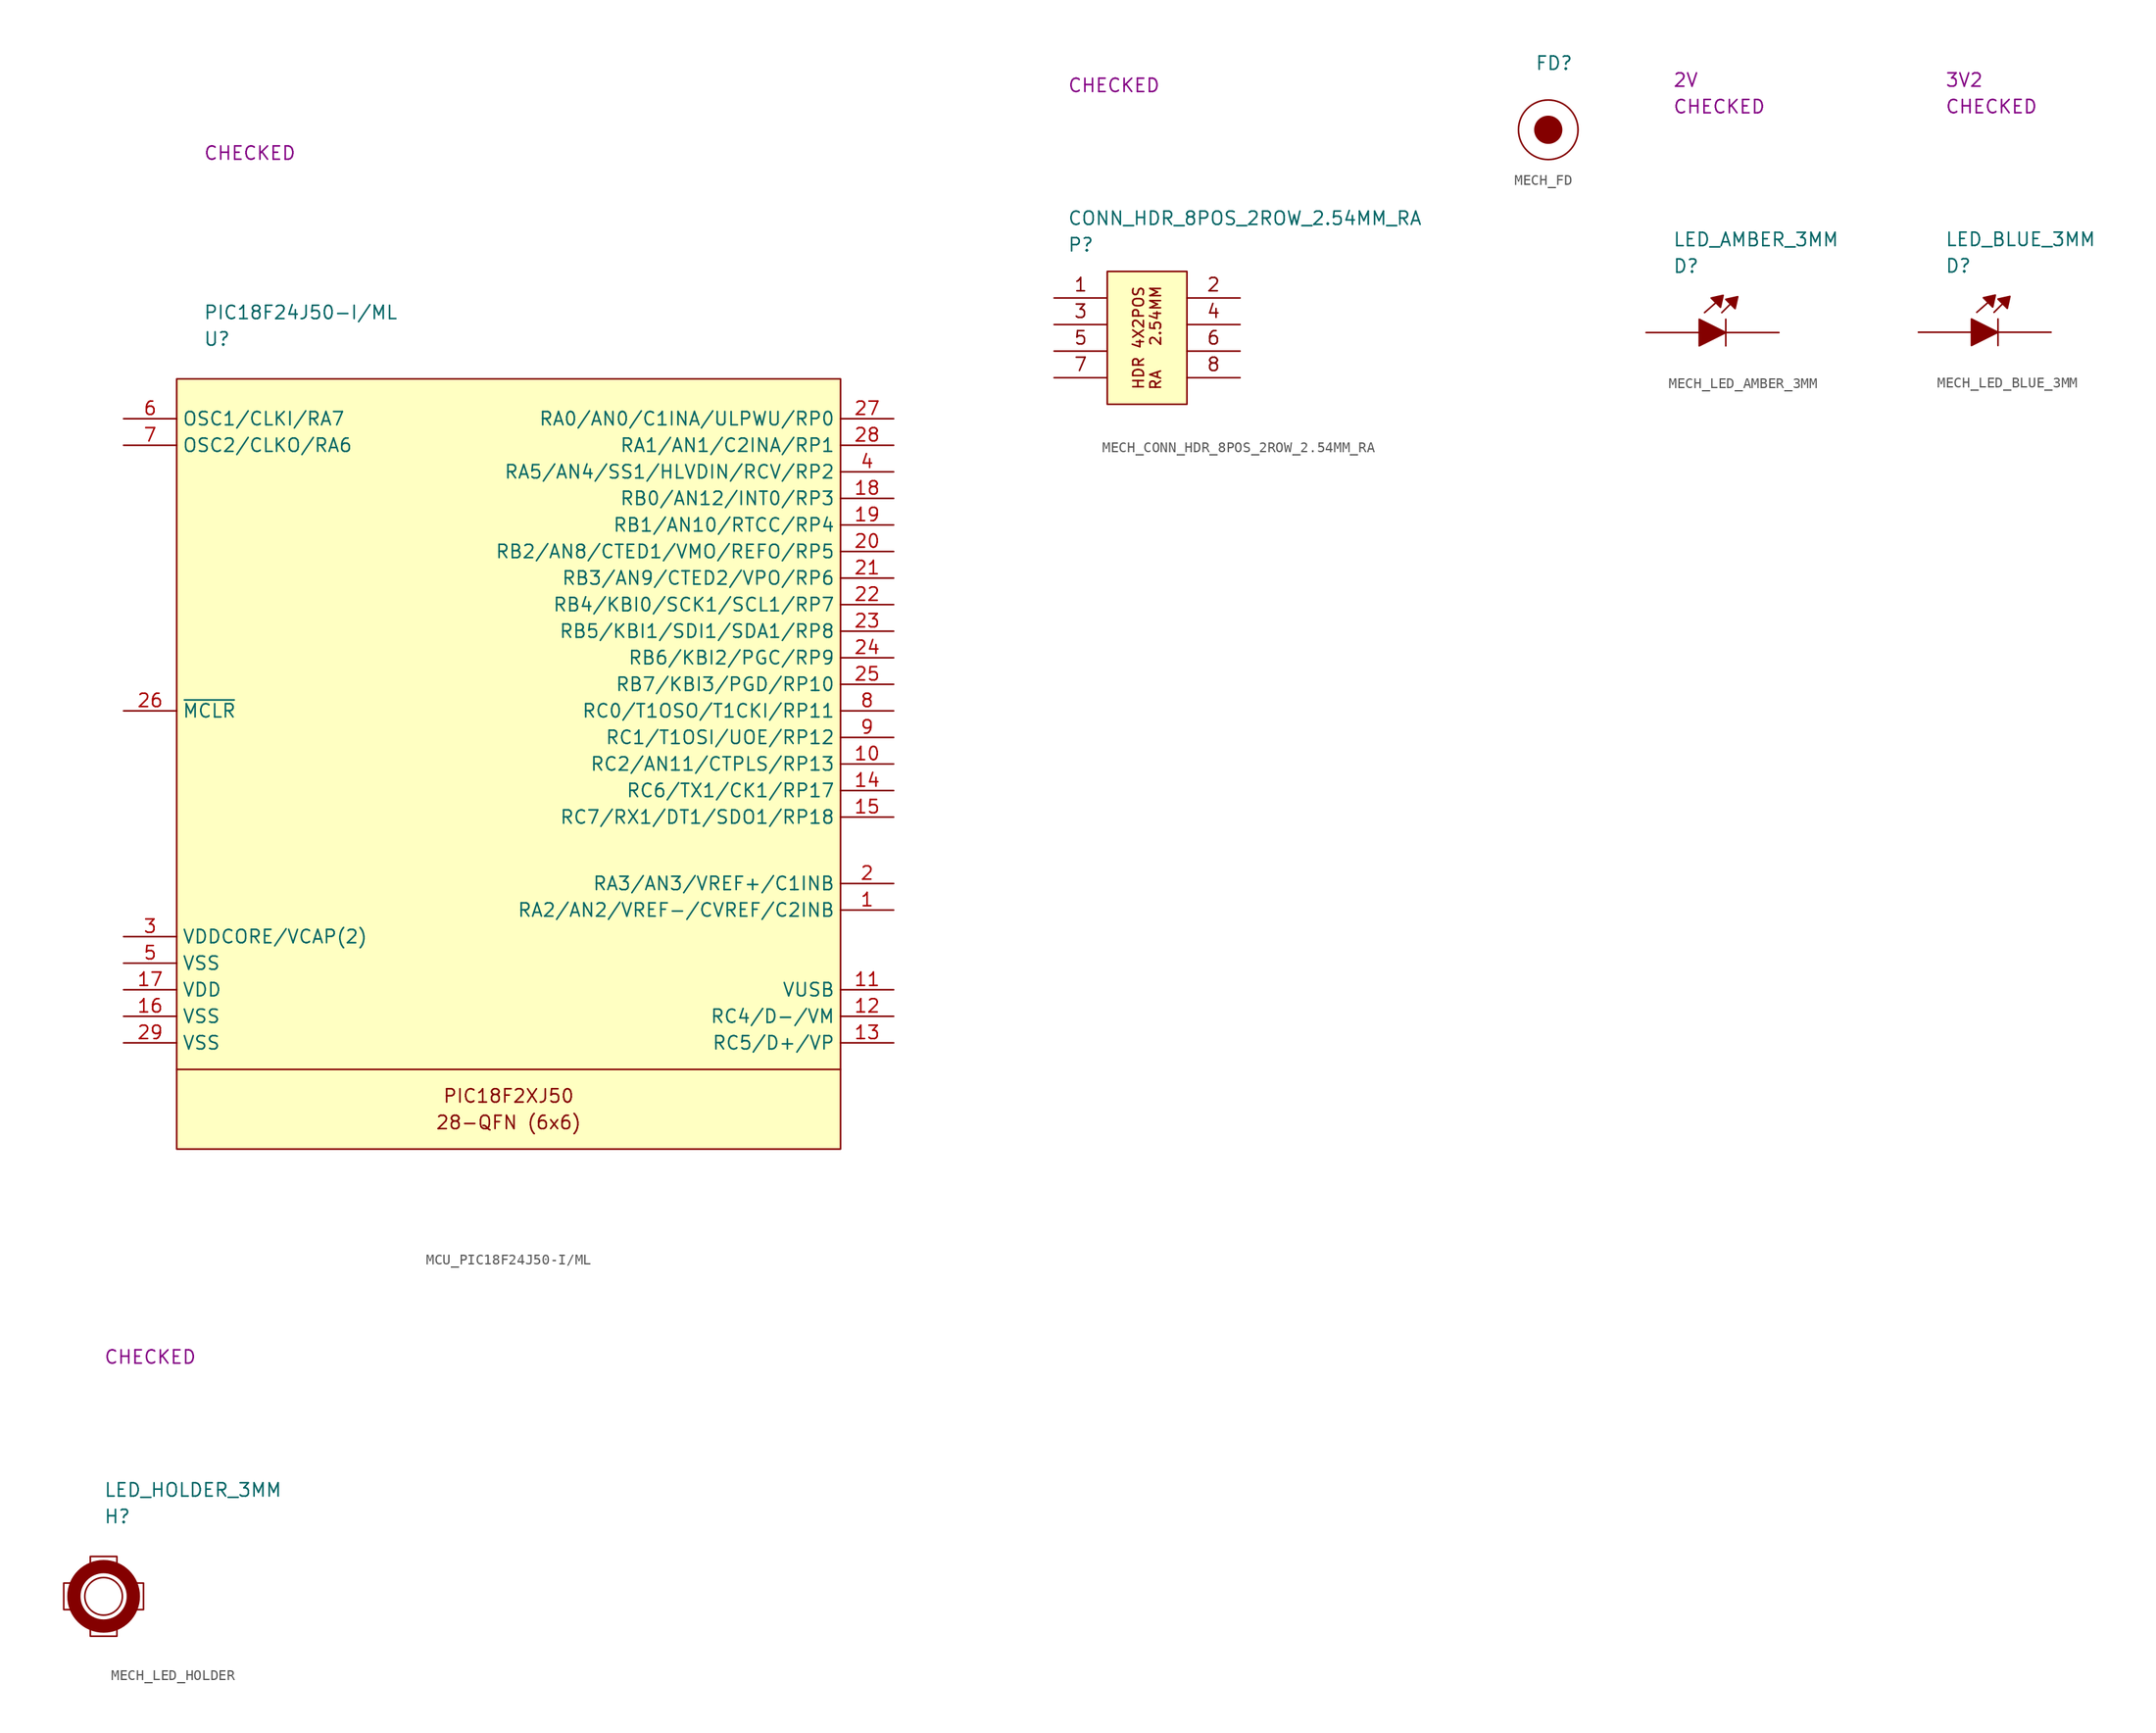
<source format=kicad_sym>
(kicad_symbol_lib
  (version 20220914)
  (generator kicad_symbol_editor)
  (symbol "MCU_PIC18F24J50-I/ML"
    (property "Reference" "U"
      (at 2.54 3.81 0)
      (effects (font (size 1.27 1.27)) (justify left)))
    (property "Value" "PIC18F24J50-I/ML"
      (at 2.54 6.35 0)
      (effects (font (size 1.27 1.27)) (justify left)))
    (property "SCH CHECK" "CHECKED"
      (at 2.54 21.59 0)
      (effects (font (size 1.27 1.27)) (justify left)))
    (symbol "MCU_PIC18F24J50-I/ML_0_0"
      (text "28-QFN (6x6)" (at 31.75 -71.12 0) (effects (font (size 1.27 1.27))))
      (text "PIC18F2XJ50" (at 31.75 -68.58 0) (effects (font (size 1.27 1.27)))))
    (symbol "MCU_PIC18F24J50-I/ML_0_1"
      (polyline (pts (xy 0 -66.04) (xy 63.5 -66.04)) (stroke (width 0) (type default)) (fill (type none)))
      (rectangle (start 0 0) (end 63.5 -73.66) (stroke (width 0) (type default)) (fill (type background))))
    (symbol "MCU_PIC18F24J50-I/ML_1_1"
      (pin passive line (at 68.58 -50.8 180) (length 5.08) (name "RA2/AN2/VREF-/CVREF/C2INB" (effects (font (size 1.27 1.27)))) (number "1" (effects (font (size 1.27 1.27)))))
      (pin passive line (at 68.58 -36.83 180) (length 5.08) (name "RC2/AN11/CTPLS/RP13" (effects (font (size 1.27 1.27)))) (number "10" (effects (font (size 1.27 1.27)))))
      (pin passive line (at 68.58 -58.42 180) (length 5.08) (name "VUSB" (effects (font (size 1.27 1.27)))) (number "11" (effects (font (size 1.27 1.27)))))
      (pin passive line (at 68.58 -60.96 180) (length 5.08) (name "RC4/D-/VM" (effects (font (size 1.27 1.27)))) (number "12" (effects (font (size 1.27 1.27)))))
      (pin passive line (at 68.58 -63.5 180) (length 5.08) (name "RC5/D+/VP" (effects (font (size 1.27 1.27)))) (number "13" (effects (font (size 1.27 1.27)))))
      (pin passive line (at 68.58 -39.37 180) (length 5.08) (name "RC6/TX1/CK1/RP17" (effects (font (size 1.27 1.27)))) (number "14" (effects (font (size 1.27 1.27)))))
      (pin passive line (at 68.58 -41.91 180) (length 5.08) (name "RC7/RX1/DT1/SDO1/RP18" (effects (font (size 1.27 1.27)))) (number "15" (effects (font (size 1.27 1.27)))))
      (pin passive line (at -5.08 -60.96 0) (length 5.08) (name "VSS" (effects (font (size 1.27 1.27)))) (number "16" (effects (font (size 1.27 1.27)))))
      (pin passive line (at -5.08 -58.42 0) (length 5.08) (name "VDD" (effects (font (size 1.27 1.27)))) (number "17" (effects (font (size 1.27 1.27)))))
      (pin passive line (at 68.58 -11.43 180) (length 5.08) (name "RB0/AN12/INT0/RP3" (effects (font (size 1.27 1.27)))) (number "18" (effects (font (size 1.27 1.27)))))
      (pin passive line (at 68.58 -13.97 180) (length 5.08) (name "RB1/AN10/RTCC/RP4" (effects (font (size 1.27 1.27)))) (number "19" (effects (font (size 1.27 1.27)))))
      (pin passive line (at 68.58 -48.26 180) (length 5.08) (name "RA3/AN3/VREF+/C1INB" (effects (font (size 1.27 1.27)))) (number "2" (effects (font (size 1.27 1.27)))))
      (pin passive line (at 68.58 -16.51 180) (length 5.08) (name "RB2/AN8/CTED1/VMO/REFO/RP5" (effects (font (size 1.27 1.27)))) (number "20" (effects (font (size 1.27 1.27)))))
      (pin passive line (at 68.58 -19.05 180) (length 5.08) (name "RB3/AN9/CTED2/VPO/RP6" (effects (font (size 1.27 1.27)))) (number "21" (effects (font (size 1.27 1.27)))))
      (pin passive line (at 68.58 -21.59 180) (length 5.08) (name "RB4/KBI0/SCK1/SCL1/RP7" (effects (font (size 1.27 1.27)))) (number "22" (effects (font (size 1.27 1.27)))))
      (pin passive line (at 68.58 -24.13 180) (length 5.08) (name "RB5/KBI1/SDI1/SDA1/RP8" (effects (font (size 1.27 1.27)))) (number "23" (effects (font (size 1.27 1.27)))))
      (pin passive line (at 68.58 -26.67 180) (length 5.08) (name "RB6/KBI2/PGC/RP9" (effects (font (size 1.27 1.27)))) (number "24" (effects (font (size 1.27 1.27)))))
      (pin passive line (at 68.58 -29.21 180) (length 5.08) (name "RB7/KBI3/PGD/RP10" (effects (font (size 1.27 1.27)))) (number "25" (effects (font (size 1.27 1.27)))))
      (pin passive line (at -5.08 -31.75 0) (length 5.08) (name "~{MCLR}" (effects (font (size 1.27 1.27)))) (number "26" (effects (font (size 1.27 1.27)))))
      (pin passive line (at 68.58 -3.81 180) (length 5.08) (name "RA0/AN0/C1INA/ULPWU/RP0" (effects (font (size 1.27 1.27)))) (number "27" (effects (font (size 1.27 1.27)))))
      (pin passive line (at 68.58 -6.35 180) (length 5.08) (name "RA1/AN1/C2INA/RP1" (effects (font (size 1.27 1.27)))) (number "28" (effects (font (size 1.27 1.27)))))
      (pin passive line (at -5.08 -63.5 0) (length 5.08) (name "VSS" (effects (font (size 1.27 1.27)))) (number "29" (effects (font (size 1.27 1.27)))))
      (pin passive line (at -5.08 -53.34 0) (length 5.08) (name "VDDCORE/VCAP(2)" (effects (font (size 1.27 1.27)))) (number "3" (effects (font (size 1.27 1.27)))))
      (pin passive line (at 68.58 -8.89 180) (length 5.08) (name "RA5/AN4/SS1/HLVDIN/RCV/RP2" (effects (font (size 1.27 1.27)))) (number "4" (effects (font (size 1.27 1.27)))))
      (pin passive line (at -5.08 -55.88 0) (length 5.08) (name "VSS" (effects (font (size 1.27 1.27)))) (number "5" (effects (font (size 1.27 1.27)))))
      (pin passive line (at -5.08 -3.81 0) (length 5.08) (name "OSC1/CLKI/RA7" (effects (font (size 1.27 1.27)))) (number "6" (effects (font (size 1.27 1.27)))))
      (pin passive line (at -5.08 -6.35 0) (length 5.08) (name "OSC2/CLKO/RA6" (effects (font (size 1.27 1.27)))) (number "7" (effects (font (size 1.27 1.27)))))
      (pin passive line (at 68.58 -31.75 180) (length 5.08) (name "RC0/T1OSO/T1CKI/RP11" (effects (font (size 1.27 1.27)))) (number "8" (effects (font (size 1.27 1.27)))))
      (pin passive line (at 68.58 -34.29 180) (length 5.08) (name "RC1/T1OSI/UOE/RP12" (effects (font (size 1.27 1.27)))) (number "9" (effects (font (size 1.27 1.27)))))))
  (symbol "MECH_CONN_HDR_8POS_2ROW_2.54MM_RA"
    (property "Reference" "P"
      (at 1.27 2.54 0)
      (effects (font (size 1.27 1.27)) (justify left)))
    (property "Value" "CONN_HDR_8POS_2ROW_2.54MM_RA"
      (at 1.27 5.08 0)
      (effects (font (size 1.27 1.27)) (justify left)))
    (property "SCH CHECK" "CHECKED"
      (at 1.27 17.78 0)
      (effects (font (size 1.27 1.27)) (justify left)))
    (symbol "MECH_CONN_HDR_8POS_2ROW_2.54MM_RA_0_1"
      (polyline (pts (xy 0 -10.16) (xy 5.08 -10.16)) (stroke (width 0) (type default)) (fill (type none)))
      (polyline (pts (xy 0 -7.62) (xy 5.08 -7.62)) (stroke (width 0) (type default)) (fill (type none)))
      (polyline (pts (xy 0 -5.08) (xy 5.08 -5.08)) (stroke (width 0) (type default)) (fill (type none)))
      (polyline (pts (xy 0 -2.54) (xy 5.08 -2.54)) (stroke (width 0) (type default)) (fill (type none)))
      (polyline (pts (xy 12.7 -10.16) (xy 17.78 -10.16)) (stroke (width 0) (type default)) (fill (type none)))
      (polyline (pts (xy 12.7 -7.62) (xy 17.78 -7.62)) (stroke (width 0) (type default)) (fill (type none)))
      (polyline (pts (xy 12.7 -5.08) (xy 17.78 -5.08)) (stroke (width 0) (type default)) (fill (type none)))
      (polyline (pts (xy 12.7 -2.54) (xy 17.78 -2.54)) (stroke (width 0) (type default)) (fill (type none)))
      (rectangle (start 5.08 0) (end 12.7 -12.7) (stroke (width 0) (type default)) (fill (type background)))
      (text "1" (at 2.54 -1.27 0) (effects (font (size 1.27 1.27))))
      (text "2" (at 15.24 -1.27 0) (effects (font (size 1.27 1.27))))
      (text "3" (at 2.54 -3.81 0) (effects (font (size 1.27 1.27))))
      (text "4" (at 15.24 -3.81 0) (effects (font (size 1.27 1.27))))
      (text "5" (at 2.54 -6.35 0) (effects (font (size 1.27 1.27))))
      (text "6" (at 15.24 -6.35 0) (effects (font (size 1.27 1.27))))
      (text "7" (at 2.54 -8.89 0) (effects (font (size 1.27 1.27))))
      (text "8" (at 15.24 -8.89 0) (effects (font (size 1.27 1.27))))
      (text "HDR 4X2POS\nRA   2.54MM" (at 8.89 -6.35 900) (effects (font (size 1.016 1.016))))))
  (symbol "MECH_FD"
    (property "Reference" "FD"
      (at 2.54 2.54 0)
      (effects (font (size 1.27 1.27)) (justify left)))
    (property "Value" ""
      (at 0 0 0)
      (effects (font (size 1.27 1.27)) (justify left)))
    (symbol "MECH_FD_0_1"
      (circle (center 3.81 -3.81) (radius 1.27) (stroke (width 0) (type default)) (fill (type outline)))
      (circle (center 3.81 -3.81) (radius 2.84) (stroke (width 0) (type default)) (fill (type none)))))
  (symbol "MECH_LED_AMBER_3MM"
    (property "Reference" "D"
      (at 2.54 6.35 0)
      (effects (font (size 1.27 1.27)) (justify left)))
    (property "Value" "LED_AMBER_3MM"
      (at 2.54 8.89 0)
      (effects (font (size 1.27 1.27)) (justify left)))
    (property "SCH CHECK" "CHECKED"
      (at 2.54 21.59 0)
      (effects (font (size 1.27 1.27)) (justify left)))
    (property "Voltage" "2V"
      (at 2.54 24.13 0)
      (effects (font (size 1.27 1.27)) (justify left)))
    (symbol "MECH_LED_AMBER_3MM_0_1"
      (polyline (pts (xy 5.08 0) (xy 0 0)) (stroke (width 0) (type default)) (fill (type none)))
      (polyline (pts (xy 5.588 1.905) (xy 6.604 2.794)) (stroke (width 0) (type default)) (fill (type none)))
      (polyline (pts (xy 7.239 1.905) (xy 8.001 2.667)) (stroke (width 0) (type default)) (fill (type none)))
      (polyline (pts (xy 7.62 -1.27) (xy 7.62 1.27)) (stroke (width 0) (type default)) (fill (type none)))
      (polyline (pts (xy 12.7 0) (xy 7.62 0)) (stroke (width 0) (type default)) (fill (type none)))
      (polyline (pts (xy 5.08 1.27) (xy 5.08 -1.27) (xy 7.62 0) (xy 5.08 1.27)) (stroke (width 0) (type default)) (fill (type outline)))
      (polyline (pts (xy 6.223 3.302) (xy 7.112 2.413) (xy 7.366 3.556) (xy 6.223 3.302)) (stroke (width 0) (type default)) (fill (type outline)))
      (polyline (pts (xy 7.62 3.175) (xy 8.509 2.286) (xy 8.763 3.429) (xy 7.62 3.175)) (stroke (width 0) (type default)) (fill (type outline)))))
  (symbol "MECH_LED_BLUE_3MM"
    (property "Reference" "D"
      (at 2.54 6.35 0)
      (effects (font (size 1.27 1.27)) (justify left)))
    (property "Value" "LED_BLUE_3MM"
      (at 2.54 8.89 0)
      (effects (font (size 1.27 1.27)) (justify left)))
    (property "SCH CHECK" "CHECKED"
      (at 2.54 21.59 0)
      (effects (font (size 1.27 1.27)) (justify left)))
    (property "Voltage" "3V2"
      (at 2.54 24.13 0)
      (effects (font (size 1.27 1.27)) (justify left)))
    (symbol "MECH_LED_BLUE_3MM_0_1"
      (polyline (pts (xy 5.08 0) (xy 0 0)) (stroke (width 0) (type default)) (fill (type none)))
      (polyline (pts (xy 5.588 1.905) (xy 6.604 2.794)) (stroke (width 0) (type default)) (fill (type none)))
      (polyline (pts (xy 7.239 1.905) (xy 8.001 2.667)) (stroke (width 0) (type default)) (fill (type none)))
      (polyline (pts (xy 7.62 -1.27) (xy 7.62 1.27)) (stroke (width 0) (type default)) (fill (type none)))
      (polyline (pts (xy 12.7 0) (xy 7.62 0)) (stroke (width 0) (type default)) (fill (type none)))
      (polyline (pts (xy 5.08 1.27) (xy 5.08 -1.27) (xy 7.62 0) (xy 5.08 1.27)) (stroke (width 0) (type default)) (fill (type outline)))
      (polyline (pts (xy 6.223 3.302) (xy 7.112 2.413) (xy 7.366 3.556) (xy 6.223 3.302)) (stroke (width 0) (type default)) (fill (type outline)))
      (polyline (pts (xy 7.62 3.175) (xy 8.509 2.286) (xy 8.763 3.429) (xy 7.62 3.175)) (stroke (width 0) (type default)) (fill (type outline)))))
  (symbol "MECH_LED_HOLDER"
    (property "Reference" "H"
      (at 3.81 3.81 0)
      (effects (font (size 1.27 1.27)) (justify left)))
    (property "Value" "LED_HOLDER_3MM"
      (at 3.81 6.35 0)
      (effects (font (size 1.27 1.27)) (justify left)))
    (property "SCH CHECK" "CHECKED"
      (at 3.81 19.05 0)
      (effects (font (size 1.27 1.27)) (justify left)))
    (symbol "MECH_LED_HOLDER_0_1"
      (polyline (pts (xy 1.27 -5.08) (xy 0 -5.08) (xy 0 -2.54) (xy 1.27 -2.54)) (stroke (width 0) (type default)) (fill (type none)))
      (polyline (pts (xy 2.54 -1.27) (xy 2.54 0) (xy 5.08 0) (xy 5.08 -1.27)) (stroke (width 0) (type default)) (fill (type none)))
      (polyline (pts (xy 5.08 -6.35) (xy 5.08 -7.62) (xy 2.54 -7.62) (xy 2.54 -6.35)) (stroke (width 0) (type default)) (fill (type none)))
      (polyline (pts (xy 6.35 -2.54) (xy 7.62 -2.54) (xy 7.62 -5.08) (xy 6.35 -5.08)) (stroke (width 0) (type default)) (fill (type none)))
      (circle (center 3.81 -3.81) (radius 1.796) (stroke (width 0) (type default)) (fill (type none)))
      (circle (center 3.81 -3.81) (radius 2.84) (stroke (width 1.27) (type default)) (fill (type none))))))
</source>
